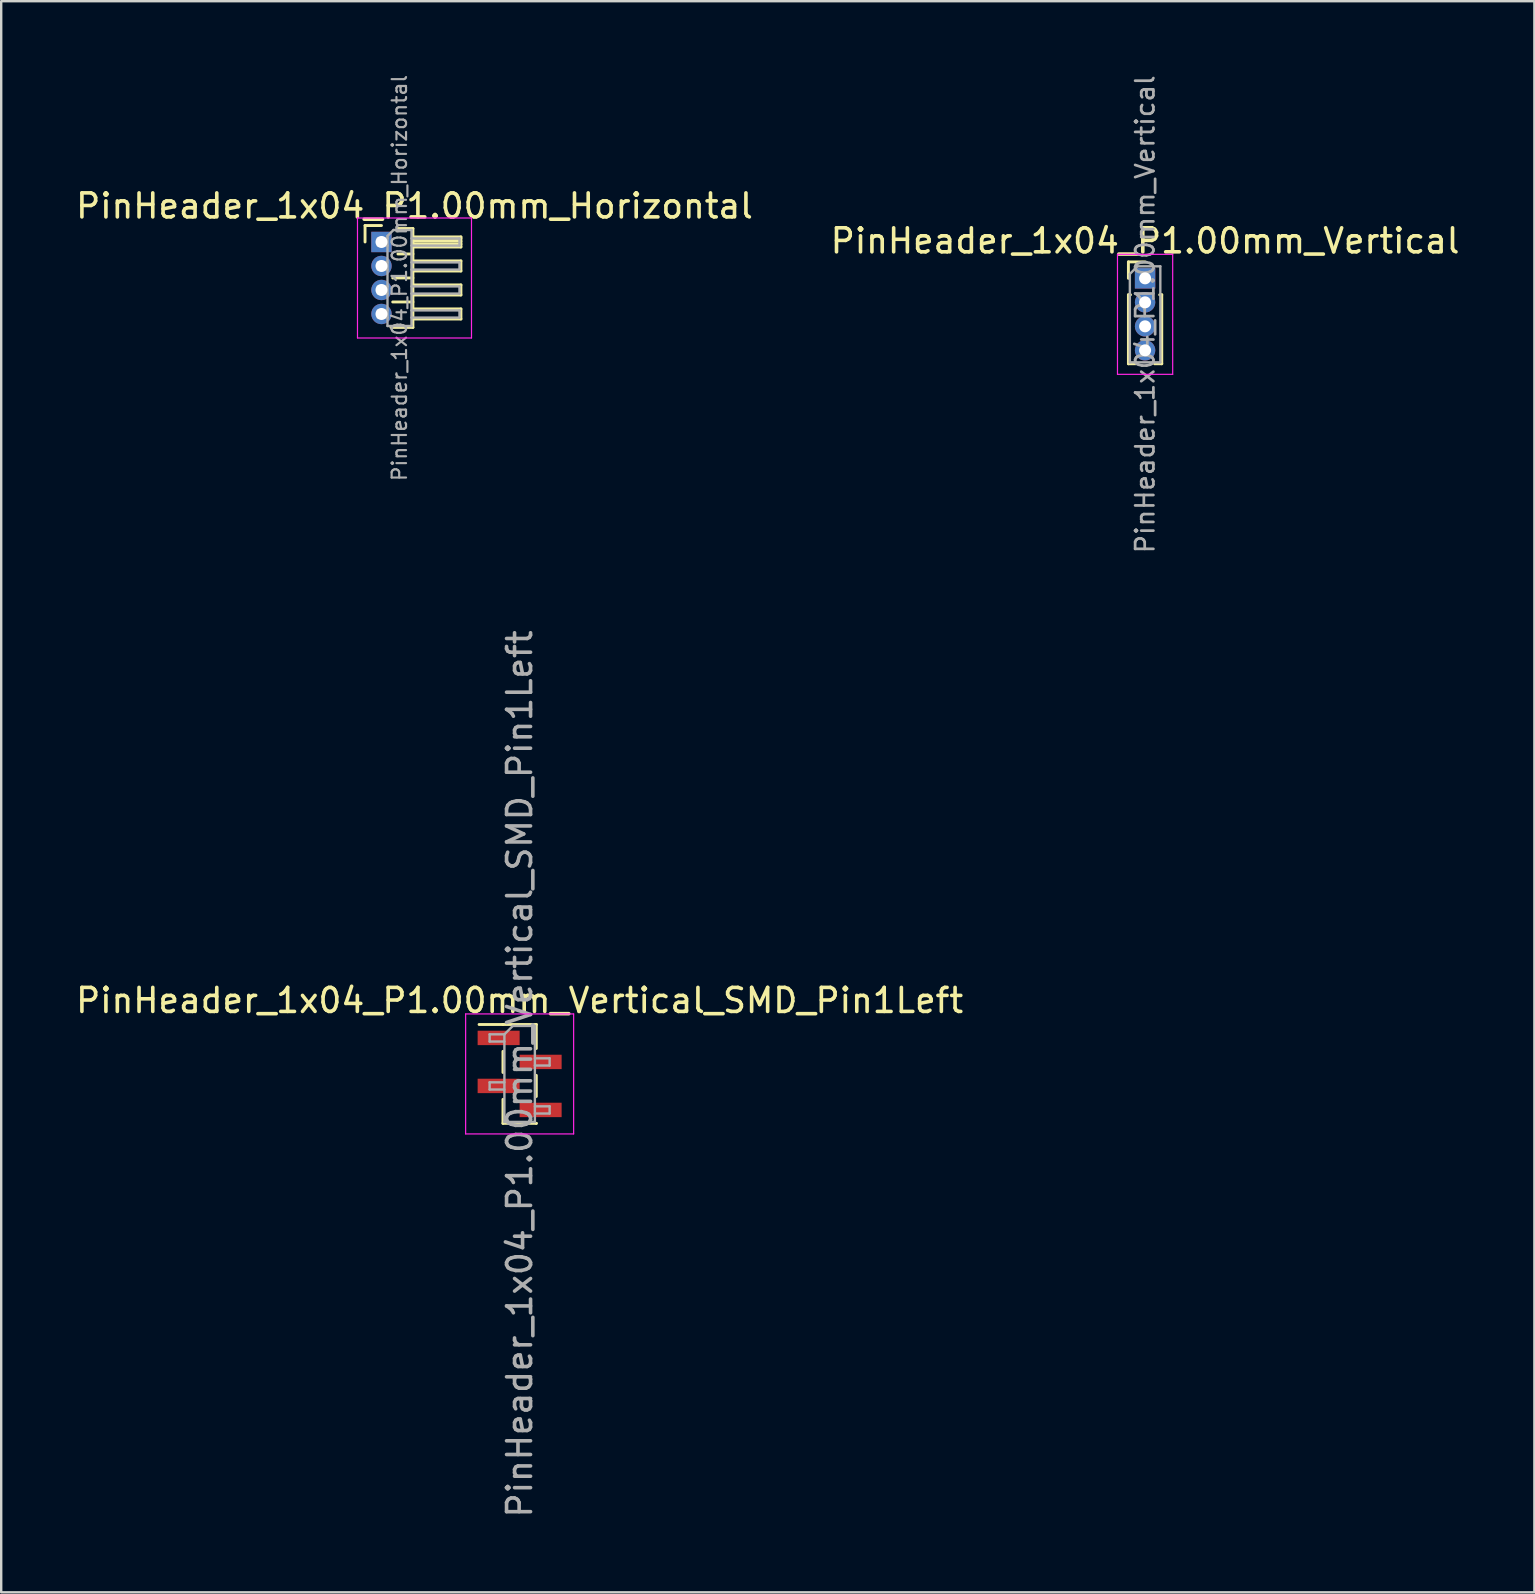
<source format=kicad_pcb>
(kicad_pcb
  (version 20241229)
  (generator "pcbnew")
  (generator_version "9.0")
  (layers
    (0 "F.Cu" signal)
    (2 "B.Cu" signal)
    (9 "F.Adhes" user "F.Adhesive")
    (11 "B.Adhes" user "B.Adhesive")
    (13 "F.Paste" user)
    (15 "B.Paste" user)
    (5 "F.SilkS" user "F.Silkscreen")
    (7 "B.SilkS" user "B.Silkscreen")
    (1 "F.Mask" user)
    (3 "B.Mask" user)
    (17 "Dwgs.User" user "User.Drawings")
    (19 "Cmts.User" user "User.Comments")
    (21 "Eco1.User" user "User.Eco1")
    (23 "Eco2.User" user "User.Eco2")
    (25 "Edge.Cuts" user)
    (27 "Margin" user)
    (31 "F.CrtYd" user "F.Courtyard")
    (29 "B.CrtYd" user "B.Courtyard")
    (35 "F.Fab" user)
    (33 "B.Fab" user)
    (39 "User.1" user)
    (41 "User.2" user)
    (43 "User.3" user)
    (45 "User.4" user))
  (footprint "PinHeader_1x04_P1.00mm_Vertical_SMD_Pin1Left"
    (layer "F.Cu")
    (at 18.601 41.696)
    (property "Reference" "PinHeader_1x04_P1.00mm_Vertical_SMD_Pin1Left" (at 0 -3.06 0) (layer "F.SilkS") (effects (font (size 1 1) (thickness 0.15))))
    (attr smd)
    (fp_line (start -0.695 -2.06) (end -1.69 -2.06) (stroke (width 0.12) (type solid)) (layer "F.SilkS"))
    (fp_line (start -0.695 -2.06) (end -0.695 -2.06) (stroke (width 0.12) (type solid)) (layer "F.SilkS"))
    (fp_line (start -0.695 -2.06) (end 0.695 -2.06) (stroke (width 0.12) (type solid)) (layer "F.SilkS"))
    (fp_line (start -0.695 -0.94) (end -0.695 -0.06) (stroke (width 0.12) (type solid)) (layer "F.SilkS"))
    (fp_line (start -0.695 1.06) (end -0.695 2.06) (stroke (width 0.12) (type solid)) (layer "F.SilkS"))
    (fp_line (start -0.695 2.06) (end 0.695 2.06) (stroke (width 0.12) (type solid)) (layer "F.SilkS"))
    (fp_line (start 0.695 -2.06) (end 0.695 -1.06) (stroke (width 0.12) (type solid)) (layer "F.SilkS"))
    (fp_line (start 0.695 0.06) (end 0.695 0.94) (stroke (width 0.12) (type solid)) (layer "F.SilkS"))
    (fp_line (start 0.695 2.06) (end 0.695 2.06) (stroke (width 0.12) (type solid)) (layer "F.SilkS"))
    (fp_line (start -2.25 -2.5) (end -2.25 2.5) (stroke (width 0.05) (type solid)) (layer "F.CrtYd"))
    (fp_line (start -2.25 2.5) (end 2.25 2.5) (stroke (width 0.05) (type solid)) (layer "F.CrtYd"))
    (fp_line (start 2.25 -2.5) (end -2.25 -2.5) (stroke (width 0.05) (type solid)) (layer "F.CrtYd"))
    (fp_line (start 2.25 2.5) (end 2.25 -2.5) (stroke (width 0.05) (type solid)) (layer "F.CrtYd"))
    (fp_line (start -1.25 -1.65) (end -1.25 -1.35) (stroke (width 0.1) (type solid)) (layer "F.Fab"))
    (fp_line (start -1.25 -1.35) (end -0.635 -1.35) (stroke (width 0.1) (type solid)) (layer "F.Fab"))
    (fp_line (start -1.25 0.35) (end -1.25 0.65) (stroke (width 0.1) (type solid)) (layer "F.Fab"))
    (fp_line (start -1.25 0.65) (end -0.635 0.65) (stroke (width 0.1) (type solid)) (layer "F.Fab"))
    (fp_line (start -0.635 -1.65) (end -1.25 -1.65) (stroke (width 0.1) (type solid)) (layer "F.Fab"))
    (fp_line (start -0.635 -1.65) (end -0.285 -2) (stroke (width 0.1) (type solid)) (layer "F.Fab"))
    (fp_line (start -0.635 0.35) (end -1.25 0.35) (stroke (width 0.1) (type solid)) (layer "F.Fab"))
    (fp_line (start -0.635 2) (end -0.635 -1.65) (stroke (width 0.1) (type solid)) (layer "F.Fab"))
    (fp_line (start -0.285 -2) (end 0.635 -2) (stroke (width 0.1) (type solid)) (layer "F.Fab"))
    (fp_line (start 0.635 -2) (end 0.635 2) (stroke (width 0.1) (type solid)) (layer "F.Fab"))
    (fp_line (start 0.635 -0.65) (end 1.25 -0.65) (stroke (width 0.1) (type solid)) (layer "F.Fab"))
    (fp_line (start 0.635 1.35) (end 1.25 1.35) (stroke (width 0.1) (type solid)) (layer "F.Fab"))
    (fp_line (start 0.635 2) (end -0.635 2) (stroke (width 0.1) (type solid)) (layer "F.Fab"))
    (fp_line (start 1.25 -0.65) (end 1.25 -0.35) (stroke (width 0.1) (type solid)) (layer "F.Fab"))
    (fp_line (start 1.25 -0.35) (end 0.635 -0.35) (stroke (width 0.1) (type solid)) (layer "F.Fab"))
    (fp_line (start 1.25 1.35) (end 1.25 1.65) (stroke (width 0.1) (type solid)) (layer "F.Fab"))
    (fp_line (start 1.25 1.65) (end 0.635 1.65) (stroke (width 0.1) (type solid)) (layer "F.Fab"))
    (fp_text user "${REFERENCE}" (at 0 0 90) (layer "F.Fab") (effects (font (size 1 1) (thickness 0.15))))
    (pad "1" smd rect (at -0.875 -1.5) (size 1.75 0.6) (layers "F.Cu" "F.Mask" "F.Paste"))
    (pad "2" smd rect (at 0.875 -0.5) (size 1.75 0.6) (layers "F.Cu" "F.Mask" "F.Paste"))
    (pad "3" smd rect (at -0.875 0.5) (size 1.75 0.6) (layers "F.Cu" "F.Mask" "F.Paste"))
    (pad "4" smd rect (at 0.875 1.5) (size 1.75 0.6) (layers "F.Cu" "F.Mask" "F.Paste")))
  (footprint "PinHeader_1x04_P1.00mm_Vertical"
    (layer "F.Cu")
    (at 44.661 8.547)
    (property "Reference" "PinHeader_1x04_P1.00mm_Vertical" (at 0 -1.56 0) (layer "F.SilkS") (effects (font (size 1 1) (thickness 0.15))))
    (attr through_hole)
    (fp_line (start -0.695 -0.685) (end 0 -0.685) (stroke (width 0.12) (type solid)) (layer "F.SilkS"))
    (fp_line (start -0.695 0) (end -0.695 -0.685) (stroke (width 0.12) (type solid)) (layer "F.SilkS"))
    (fp_line (start -0.695 0.685) (end -0.695 3.56) (stroke (width 0.12) (type solid)) (layer "F.SilkS"))
    (fp_line (start -0.695 0.685) (end -0.608 0.685) (stroke (width 0.12) (type solid)) (layer "F.SilkS"))
    (fp_line (start -0.695 3.56) (end -0.394 3.56) (stroke (width 0.12) (type solid)) (layer "F.SilkS"))
    (fp_line (start 0.394 3.56) (end 0.695 3.56) (stroke (width 0.12) (type solid)) (layer "F.SilkS"))
    (fp_line (start 0.608 0.685) (end 0.695 0.685) (stroke (width 0.12) (type solid)) (layer "F.SilkS"))
    (fp_line (start 0.695 0.685) (end 0.695 3.56) (stroke (width 0.12) (type solid)) (layer "F.SilkS"))
    (fp_line (start -1.15 -1) (end -1.15 4) (stroke (width 0.05) (type solid)) (layer "F.CrtYd"))
    (fp_line (start -1.15 4) (end 1.15 4) (stroke (width 0.05) (type solid)) (layer "F.CrtYd"))
    (fp_line (start 1.15 -1) (end -1.15 -1) (stroke (width 0.05) (type solid)) (layer "F.CrtYd"))
    (fp_line (start 1.15 4) (end 1.15 -1) (stroke (width 0.05) (type solid)) (layer "F.CrtYd"))
    (fp_line (start -0.635 -0.182) (end -0.318 -0.5) (stroke (width 0.1) (type solid)) (layer "F.Fab"))
    (fp_line (start -0.635 3.5) (end -0.635 -0.182) (stroke (width 0.1) (type solid)) (layer "F.Fab"))
    (fp_line (start -0.318 -0.5) (end 0.635 -0.5) (stroke (width 0.1) (type solid)) (layer "F.Fab"))
    (fp_line (start 0.635 -0.5) (end 0.635 3.5) (stroke (width 0.1) (type solid)) (layer "F.Fab"))
    (fp_line (start 0.635 3.5) (end -0.635 3.5) (stroke (width 0.1) (type solid)) (layer "F.Fab"))
    (fp_text user "${REFERENCE}" (at 0 1.5 90) (layer "F.Fab") (effects (font (size 0.76 0.76) (thickness 0.114))))
    (pad "1" thru_hole rect (at 0 0) (size 0.85 0.85) (drill 0.5) (layers "*.Cu" "*.Mask"))
    (pad "2" thru_hole oval (at 0 1) (size 0.85 0.85) (drill 0.5) (layers "*.Cu" "*.Mask"))
    (pad "3" thru_hole oval (at 0 2) (size 0.85 0.85) (drill 0.5) (layers "*.Cu" "*.Mask"))
    (pad "4" thru_hole oval (at 0 3) (size 0.85 0.85) (drill 0.5) (layers "*.Cu" "*.Mask")))
  (footprint "PinHeader_1x04_P1.00mm_Horizontal"
    (layer "F.Cu")
    (at 12.845 7.032)
    (property "Reference" "PinHeader_1x04_P1.00mm_Horizontal" (at 1.375 -1.5 0) (layer "F.SilkS") (effects (font (size 1 1) (thickness 0.15))))
    (attr through_hole)
    (fp_line (start -0.685 -0.685) (end 0 -0.685) (stroke (width 0.12) (type solid)) (layer "F.SilkS"))
    (fp_line (start -0.685 0) (end -0.685 -0.685) (stroke (width 0.12) (type solid)) (layer "F.SilkS"))
    (fp_line (start 0.468 1.5) (end 1.31 1.5) (stroke (width 0.12) (type solid)) (layer "F.SilkS"))
    (fp_line (start 0.468 2.5) (end 1.31 2.5) (stroke (width 0.12) (type solid)) (layer "F.SilkS"))
    (fp_line (start 0.685 -0.56) (end 1.31 -0.56) (stroke (width 0.12) (type solid)) (layer "F.SilkS"))
    (fp_line (start 0.685 0.5) (end 1.31 0.5) (stroke (width 0.12) (type solid)) (layer "F.SilkS"))
    (fp_line (start 1.31 -0.56) (end 1.31 3.56) (stroke (width 0.12) (type solid)) (layer "F.SilkS"))
    (fp_line (start 1.31 -0.21) (end 3.31 -0.21) (stroke (width 0.12) (type solid)) (layer "F.SilkS"))
    (fp_line (start 1.31 -0.15) (end 3.31 -0.15) (stroke (width 0.12) (type solid)) (layer "F.SilkS"))
    (fp_line (start 1.31 -0.03) (end 3.31 -0.03) (stroke (width 0.12) (type solid)) (layer "F.SilkS"))
    (fp_line (start 1.31 0.09) (end 3.31 0.09) (stroke (width 0.12) (type solid)) (layer "F.SilkS"))
    (fp_line (start 1.31 0.79) (end 3.31 0.79) (stroke (width 0.12) (type solid)) (layer "F.SilkS"))
    (fp_line (start 1.31 1.79) (end 3.31 1.79) (stroke (width 0.12) (type solid)) (layer "F.SilkS"))
    (fp_line (start 1.31 2.79) (end 3.31 2.79) (stroke (width 0.12) (type solid)) (layer "F.SilkS"))
    (fp_line (start 1.31 3.56) (end 0.394 3.56) (stroke (width 0.12) (type solid)) (layer "F.SilkS"))
    (fp_line (start 3.31 -0.21) (end 3.31 0.21) (stroke (width 0.12) (type solid)) (layer "F.SilkS"))
    (fp_line (start 3.31 0.21) (end 1.31 0.21) (stroke (width 0.12) (type solid)) (layer "F.SilkS"))
    (fp_line (start 3.31 0.79) (end 3.31 1.21) (stroke (width 0.12) (type solid)) (layer "F.SilkS"))
    (fp_line (start 3.31 1.21) (end 1.31 1.21) (stroke (width 0.12) (type solid)) (layer "F.SilkS"))
    (fp_line (start 3.31 1.79) (end 3.31 2.21) (stroke (width 0.12) (type solid)) (layer "F.SilkS"))
    (fp_line (start 3.31 2.21) (end 1.31 2.21) (stroke (width 0.12) (type solid)) (layer "F.SilkS"))
    (fp_line (start 3.31 2.79) (end 3.31 3.21) (stroke (width 0.12) (type solid)) (layer "F.SilkS"))
    (fp_line (start 3.31 3.21) (end 1.31 3.21) (stroke (width 0.12) (type solid)) (layer "F.SilkS"))
    (fp_line (start -1 -1) (end -1 4) (stroke (width 0.05) (type solid)) (layer "F.CrtYd"))
    (fp_line (start -1 4) (end 3.75 4) (stroke (width 0.05) (type solid)) (layer "F.CrtYd"))
    (fp_line (start 3.75 -1) (end -1 -1) (stroke (width 0.05) (type solid)) (layer "F.CrtYd"))
    (fp_line (start 3.75 4) (end 3.75 -1) (stroke (width 0.05) (type solid)) (layer "F.CrtYd"))
    (fp_line (start -0.15 -0.15) (end -0.15 0.15) (stroke (width 0.1) (type solid)) (layer "F.Fab"))
    (fp_line (start -0.15 -0.15) (end 0.25 -0.15) (stroke (width 0.1) (type solid)) (layer "F.Fab"))
    (fp_line (start -0.15 0.15) (end 0.25 0.15) (stroke (width 0.1) (type solid)) (layer "F.Fab"))
    (fp_line (start -0.15 0.85) (end -0.15 1.15) (stroke (width 0.1) (type solid)) (layer "F.Fab"))
    (fp_line (start -0.15 0.85) (end 0.25 0.85) (stroke (width 0.1) (type solid)) (layer "F.Fab"))
    (fp_line (start -0.15 1.15) (end 0.25 1.15) (stroke (width 0.1) (type solid)) (layer "F.Fab"))
    (fp_line (start -0.15 1.85) (end -0.15 2.15) (stroke (width 0.1) (type solid)) (layer "F.Fab"))
    (fp_line (start -0.15 1.85) (end 0.25 1.85) (stroke (width 0.1) (type solid)) (layer "F.Fab"))
    (fp_line (start -0.15 2.15) (end 0.25 2.15) (stroke (width 0.1) (type solid)) (layer "F.Fab"))
    (fp_line (start -0.15 2.85) (end -0.15 3.15) (stroke (width 0.1) (type solid)) (layer "F.Fab"))
    (fp_line (start -0.15 2.85) (end 0.25 2.85) (stroke (width 0.1) (type solid)) (layer "F.Fab"))
    (fp_line (start -0.15 3.15) (end 0.25 3.15) (stroke (width 0.1) (type solid)) (layer "F.Fab"))
    (fp_line (start 0.25 -0.25) (end 0.5 -0.5) (stroke (width 0.1) (type solid)) (layer "F.Fab"))
    (fp_line (start 0.25 3.5) (end 0.25 -0.25) (stroke (width 0.1) (type solid)) (layer "F.Fab"))
    (fp_line (start 0.5 -0.5) (end 1.25 -0.5) (stroke (width 0.1) (type solid)) (layer "F.Fab"))
    (fp_line (start 1.25 -0.5) (end 1.25 3.5) (stroke (width 0.1) (type solid)) (layer "F.Fab"))
    (fp_line (start 1.25 -0.15) (end 3.25 -0.15) (stroke (width 0.1) (type solid)) (layer "F.Fab"))
    (fp_line (start 1.25 0.15) (end 3.25 0.15) (stroke (width 0.1) (type solid)) (layer "F.Fab"))
    (fp_line (start 1.25 0.85) (end 3.25 0.85) (stroke (width 0.1) (type solid)) (layer "F.Fab"))
    (fp_line (start 1.25 1.15) (end 3.25 1.15) (stroke (width 0.1) (type solid)) (layer "F.Fab"))
    (fp_line (start 1.25 1.85) (end 3.25 1.85) (stroke (width 0.1) (type solid)) (layer "F.Fab"))
    (fp_line (start 1.25 2.15) (end 3.25 2.15) (stroke (width 0.1) (type solid)) (layer "F.Fab"))
    (fp_line (start 1.25 2.85) (end 3.25 2.85) (stroke (width 0.1) (type solid)) (layer "F.Fab"))
    (fp_line (start 1.25 3.15) (end 3.25 3.15) (stroke (width 0.1) (type solid)) (layer "F.Fab"))
    (fp_line (start 1.25 3.5) (end 0.25 3.5) (stroke (width 0.1) (type solid)) (layer "F.Fab"))
    (fp_line (start 3.25 -0.15) (end 3.25 0.15) (stroke (width 0.1) (type solid)) (layer "F.Fab"))
    (fp_line (start 3.25 0.85) (end 3.25 1.15) (stroke (width 0.1) (type solid)) (layer "F.Fab"))
    (fp_line (start 3.25 1.85) (end 3.25 2.15) (stroke (width 0.1) (type solid)) (layer "F.Fab"))
    (fp_line (start 3.25 2.85) (end 3.25 3.15) (stroke (width 0.1) (type solid)) (layer "F.Fab"))
    (fp_text user "${REFERENCE}" (at 0.75 1.5 90) (layer "F.Fab") (effects (font (size 0.6 0.6) (thickness 0.09))))
    (pad "1" thru_hole rect (at 0 0) (size 0.85 0.85) (drill 0.5) (layers "*.Cu" "*.Mask"))
    (pad "2" thru_hole oval (at 0 1) (size 0.85 0.85) (drill 0.5) (layers "*.Cu" "*.Mask"))
    (pad "3" thru_hole oval (at 0 2) (size 0.85 0.85) (drill 0.5) (layers "*.Cu" "*.Mask"))
    (pad "4" thru_hole oval (at 0 3) (size 0.85 0.85) (drill 0.5) (layers "*.Cu" "*.Mask")))
  (gr_rect
    (start -3 -3)
    (end 60.881 63.297)
    (stroke (width 0.1) (type default))
    (fill no)
    (layer "Edge.Cuts")))
</source>
